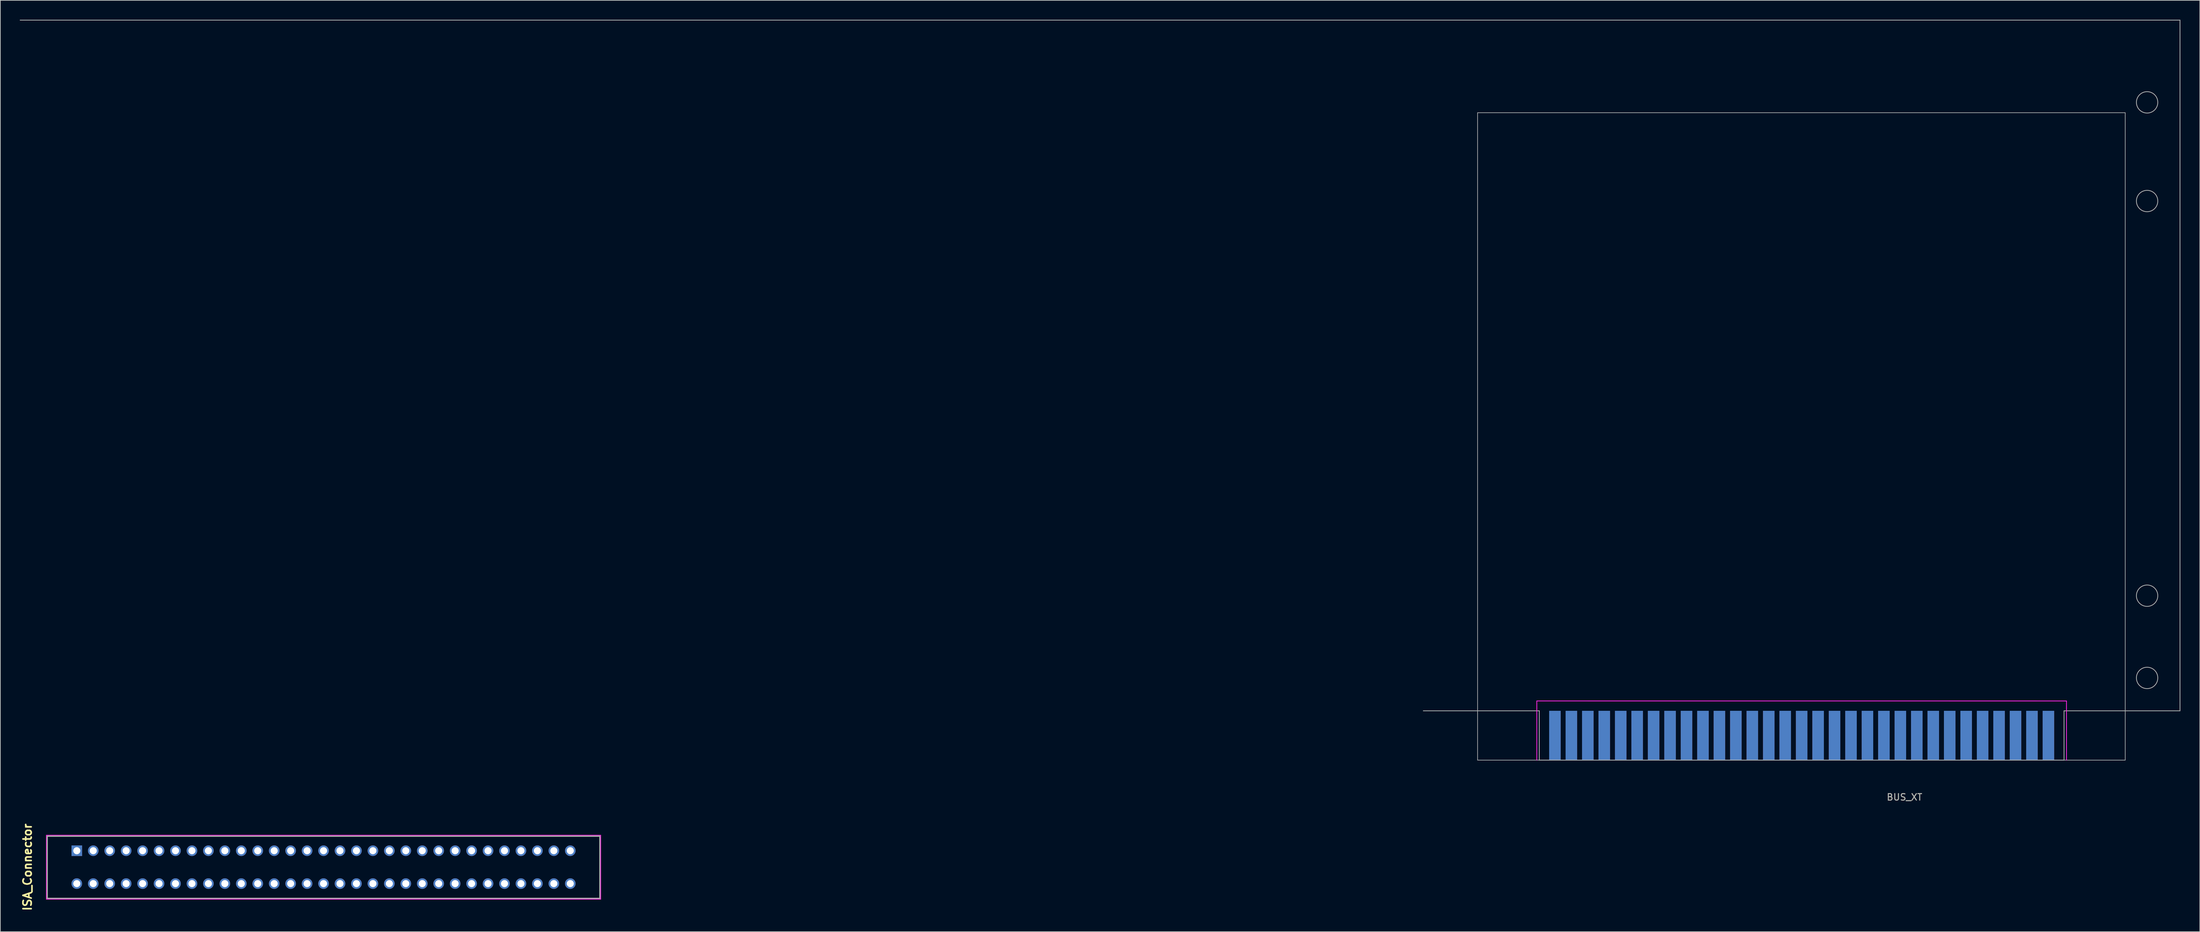
<source format=kicad_pcb>
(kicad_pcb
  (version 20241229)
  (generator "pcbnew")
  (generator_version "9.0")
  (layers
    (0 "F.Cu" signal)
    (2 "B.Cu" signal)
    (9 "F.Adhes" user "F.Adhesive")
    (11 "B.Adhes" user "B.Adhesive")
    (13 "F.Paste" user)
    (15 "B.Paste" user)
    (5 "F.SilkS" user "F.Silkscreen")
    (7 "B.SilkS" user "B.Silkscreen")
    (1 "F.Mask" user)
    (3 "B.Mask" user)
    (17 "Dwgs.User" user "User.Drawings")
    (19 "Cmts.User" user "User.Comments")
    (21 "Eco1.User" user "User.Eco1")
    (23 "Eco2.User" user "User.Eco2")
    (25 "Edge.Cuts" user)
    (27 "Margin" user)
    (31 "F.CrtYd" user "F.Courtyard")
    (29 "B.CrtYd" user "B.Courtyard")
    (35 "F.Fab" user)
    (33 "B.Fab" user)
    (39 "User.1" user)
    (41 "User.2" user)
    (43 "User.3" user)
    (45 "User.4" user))
  (footprint "BUS_XT"
    (layer "F.Cu")
    (at 275.142 106.74)
    (property "Reference" "BUS_XT" (at 15.875 13.335 0) (layer "F.SilkS") (effects (font (size 1 1) (thickness 0.15))))
    (attr exclude_from_pos_files exclude_from_bom)
    (fp_line (start -40.894 -1.524) (end -40.894 7.62) (stroke (width 0.12) (type solid)) (layer "F.CrtYd"))
    (fp_line (start -40.894 -1.524) (end 40.89 -1.52) (stroke (width 0.12) (type solid)) (layer "F.CrtYd"))
    (fp_line (start 40.89 -1.52) (end 40.89 7.62) (stroke (width 0.12) (type solid)) (layer "F.CrtYd"))
    (fp_line (start -50.038 -92.38) (end 49.962 -92.38) (stroke (width 0.1) (type solid)) (layer "F.Fab"))
    (fp_line (start -50.038 7.62) (end -50.038 -92.38) (stroke (width 0.1) (type solid)) (layer "F.Fab"))
    (fp_line (start -40.513 0) (end -58.42 0) (stroke (width 0.12) (type solid)) (layer "F.Fab"))
    (fp_line (start -40.513 7.62) (end -40.513 0) (stroke (width 0.12) (type solid)) (layer "F.Fab"))
    (fp_line (start 40.513 0) (end 58.42 0) (stroke (width 0.12) (type solid)) (layer "F.Fab"))
    (fp_line (start 40.513 7.62) (end -40.513 7.62) (stroke (width 0.12) (type solid)) (layer "F.Fab"))
    (fp_line (start 40.513 7.62) (end 40.513 0) (stroke (width 0.12) (type solid)) (layer "F.Fab"))
    (fp_line (start 49.962 -92.38) (end 49.962 7.62) (stroke (width 0.1) (type solid)) (layer "F.Fab"))
    (fp_line (start 49.962 7.62) (end -50.038 7.62) (stroke (width 0.1) (type solid)) (layer "F.Fab"))
    (fp_line (start 58.42 -106.68) (end -275.082 -106.68) (stroke (width 0.12) (type solid)) (layer "F.Fab"))
    (fp_line (start 58.42 0) (end 58.42 -106.68) (stroke (width 0.12) (type solid)) (layer "F.Fab"))
    (fp_circle (center 53.34 -93.98) (end 53.34 -92.329) (stroke (width 0.12) (type solid)) (fill no) (layer "F.Fab"))
    (fp_circle (center 53.34 -78.74) (end 53.34 -77.089) (stroke (width 0.12) (type solid)) (fill no) (layer "F.Fab"))
    (fp_circle (center 53.34 -17.78) (end 53.34 -16.129) (stroke (width 0.12) (type solid)) (fill no) (layer "F.Fab"))
    (fp_circle (center 53.34 -5.08) (end 53.34 -6.731) (stroke (width 0.12) (type solid)) (fill no) (layer "F.Fab"))
    (fp_text user "${REFERENCE}" (at 15.875 13.335 0) (layer "F.Fab") (effects (font (size 1 1) (thickness 0.15))))
    (pad "1" connect rect (at 38.1 3.81) (size 1.78 7.62) (layers "F.Cu" "F.Mask"))
    (pad "2" connect rect (at 35.56 3.81) (size 1.78 7.62) (layers "F.Cu" "F.Mask"))
    (pad "3" connect rect (at 33.02 3.81) (size 1.78 7.62) (layers "F.Cu" "F.Mask"))
    (pad "4" connect rect (at 30.48 3.81) (size 1.78 7.62) (layers "F.Cu" "F.Mask"))
    (pad "5" connect rect (at 27.94 3.81) (size 1.78 7.62) (layers "F.Cu" "F.Mask"))
    (pad "6" connect rect (at 25.4 3.81) (size 1.78 7.62) (layers "F.Cu" "F.Mask"))
    (pad "7" connect rect (at 22.86 3.81) (size 1.78 7.62) (layers "F.Cu" "F.Mask"))
    (pad "8" connect rect (at 20.32 3.81) (size 1.78 7.62) (layers "F.Cu" "F.Mask"))
    (pad "9" connect rect (at 17.78 3.81) (size 1.78 7.62) (layers "F.Cu" "F.Mask"))
    (pad "10" connect rect (at 15.24 3.81) (size 1.78 7.62) (layers "F.Cu" "F.Mask"))
    (pad "11" connect rect (at 12.7 3.81) (size 1.78 7.62) (layers "F.Cu" "F.Mask"))
    (pad "12" connect rect (at 10.16 3.81) (size 1.78 7.62) (layers "F.Cu" "F.Mask"))
    (pad "13" connect rect (at 7.62 3.81) (size 1.78 7.62) (layers "F.Cu" "F.Mask"))
    (pad "14" connect rect (at 5.08 3.81) (size 1.78 7.62) (layers "F.Cu" "F.Mask"))
    (pad "15" connect rect (at 2.54 3.81) (size 1.78 7.62) (layers "F.Cu" "F.Mask"))
    (pad "16" connect rect (at 0 3.81) (size 1.78 7.62) (layers "F.Cu" "F.Mask"))
    (pad "17" connect rect (at -2.54 3.81) (size 1.78 7.62) (layers "F.Cu" "F.Mask"))
    (pad "18" connect rect (at -5.08 3.81) (size 1.78 7.62) (layers "F.Cu" "F.Mask"))
    (pad "19" connect rect (at -7.62 3.81) (size 1.78 7.62) (layers "F.Cu" "F.Mask"))
    (pad "20" connect rect (at -10.16 3.81) (size 1.78 7.62) (layers "F.Cu" "F.Mask"))
    (pad "21" connect rect (at -12.7 3.81) (size 1.78 7.62) (layers "F.Cu" "F.Mask"))
    (pad "22" connect rect (at -15.24 3.81) (size 1.78 7.62) (layers "F.Cu" "F.Mask"))
    (pad "23" connect rect (at -17.78 3.81) (size 1.78 7.62) (layers "F.Cu" "F.Mask"))
    (pad "24" connect rect (at -20.32 3.81) (size 1.78 7.62) (layers "F.Cu" "F.Mask"))
    (pad "25" connect rect (at -22.86 3.81) (size 1.78 7.62) (layers "F.Cu" "F.Mask"))
    (pad "26" connect rect (at -25.4 3.81) (size 1.78 7.62) (layers "F.Cu" "F.Mask"))
    (pad "27" connect rect (at -27.94 3.81) (size 1.78 7.62) (layers "F.Cu" "F.Mask"))
    (pad "28" connect rect (at -30.48 3.81) (size 1.78 7.62) (layers "F.Cu" "F.Mask"))
    (pad "29" connect rect (at -33.02 3.81) (size 1.78 7.62) (layers "F.Cu" "F.Mask"))
    (pad "30" connect rect (at -35.56 3.81) (size 1.78 7.62) (layers "F.Cu" "F.Mask"))
    (pad "31" connect rect (at -38.1 3.81) (size 1.78 7.62) (layers "F.Cu" "F.Mask"))
    (pad "32" connect rect (at 38.1 3.81) (size 1.78 7.62) (layers "B.Cu" "B.Mask"))
    (pad "33" connect rect (at 35.56 3.81) (size 1.78 7.62) (layers "B.Cu" "B.Mask"))
    (pad "34" connect rect (at 33.02 3.81) (size 1.78 7.62) (layers "B.Cu" "B.Mask"))
    (pad "35" connect rect (at 30.48 3.81) (size 1.78 7.62) (layers "B.Cu" "B.Mask"))
    (pad "36" connect rect (at 27.94 3.81) (size 1.78 7.62) (layers "B.Cu" "B.Mask"))
    (pad "37" connect rect (at 25.4 3.81) (size 1.78 7.62) (layers "B.Cu" "B.Mask"))
    (pad "38" connect rect (at 22.86 3.81) (size 1.78 7.62) (layers "B.Cu" "B.Mask"))
    (pad "39" connect rect (at 20.32 3.81) (size 1.78 7.62) (layers "B.Cu" "B.Mask"))
    (pad "40" connect rect (at 17.78 3.81) (size 1.78 7.62) (layers "B.Cu" "B.Mask"))
    (pad "41" connect rect (at 15.24 3.81) (size 1.78 7.62) (layers "B.Cu" "B.Mask"))
    (pad "42" connect rect (at 12.7 3.81) (size 1.78 7.62) (layers "B.Cu" "B.Mask"))
    (pad "43" connect rect (at 10.16 3.81) (size 1.78 7.62) (layers "B.Cu" "B.Mask"))
    (pad "44" connect rect (at 7.62 3.81) (size 1.78 7.62) (layers "B.Cu" "B.Mask"))
    (pad "45" connect rect (at 5.08 3.81) (size 1.78 7.62) (layers "B.Cu" "B.Mask"))
    (pad "46" connect rect (at 2.54 3.81) (size 1.78 7.62) (layers "B.Cu" "B.Mask"))
    (pad "47" connect rect (at 0 3.81) (size 1.78 7.62) (layers "B.Cu" "B.Mask"))
    (pad "48" connect rect (at -2.54 3.81) (size 1.78 7.62) (layers "B.Cu" "B.Mask"))
    (pad "49" connect rect (at -5.08 3.81) (size 1.78 7.62) (layers "B.Cu" "B.Mask"))
    (pad "50" connect rect (at -7.62 3.81) (size 1.78 7.62) (layers "B.Cu" "B.Mask"))
    (pad "51" connect rect (at -10.16 3.81) (size 1.78 7.62) (layers "B.Cu" "B.Mask"))
    (pad "52" connect rect (at -12.7 3.81) (size 1.78 7.62) (layers "B.Cu" "B.Mask"))
    (pad "53" connect rect (at -15.24 3.81) (size 1.78 7.62) (layers "B.Cu" "B.Mask"))
    (pad "54" connect rect (at -17.78 3.81) (size 1.78 7.62) (layers "B.Cu" "B.Mask"))
    (pad "55" connect rect (at -20.32 3.81) (size 1.78 7.62) (layers "B.Cu" "B.Mask"))
    (pad "56" connect rect (at -22.86 3.81) (size 1.78 7.62) (layers "B.Cu" "B.Mask"))
    (pad "57" connect rect (at -25.4 3.81) (size 1.78 7.62) (layers "B.Cu" "B.Mask"))
    (pad "58" connect rect (at -27.94 3.81) (size 1.78 7.62) (layers "B.Cu" "B.Mask"))
    (pad "59" connect rect (at -30.48 3.81) (size 1.78 7.62) (layers "B.Cu" "B.Mask"))
    (pad "60" connect rect (at -33.02 3.81) (size 1.78 7.62) (layers "B.Cu" "B.Mask"))
    (pad "61" connect rect (at -35.56 3.81) (size 1.78 7.62) (layers "B.Cu" "B.Mask"))
    (pad "62" connect rect (at -38.1 3.81) (size 1.78 7.62) (layers "B.Cu" "B.Mask")))
  (footprint "ISA_Connector"
    (layer "F.Cu")
    (at 8.809 128.35)
    (property "Reference" "ISA_Connector" (at -7.62 2.54 270) (layer "F.SilkS") (effects (font (size 1.27 1.27) (thickness 0.254))))
    (attr through_hole)
    (fp_line (start -4.572 -2.248) (end 80.772 -2.248) (stroke (width 0.1) (type solid)) (layer "F.SilkS"))
    (fp_line (start -4.572 7.366) (end -4.572 -2.248) (stroke (width 0.1) (type solid)) (layer "F.SilkS"))
    (fp_line (start 80.772 -2.248) (end 80.772 7.366) (stroke (width 0.1) (type solid)) (layer "F.SilkS"))
    (fp_line (start 80.772 7.366) (end -4.572 7.366) (stroke (width 0.1) (type solid)) (layer "F.SilkS"))
    (fp_line (start -4.7 -2.4) (end 80.9 -2.4) (stroke (width 0.1) (type solid)) (layer "F.CrtYd"))
    (fp_line (start -4.7 7.5) (end -4.7 -2.4) (stroke (width 0.1) (type solid)) (layer "F.CrtYd"))
    (fp_line (start 80.9 -2.4) (end 80.9 7.5) (stroke (width 0.1) (type solid)) (layer "F.CrtYd"))
    (fp_line (start 80.9 7.5) (end -4.7 7.5) (stroke (width 0.1) (type solid)) (layer "F.CrtYd"))
    (fp_line (start -4.572 -2.248) (end 80.772 -2.248) (stroke (width 0.2) (type solid)) (layer "F.Fab"))
    (fp_line (start -4.572 7.366) (end -4.572 -2.248) (stroke (width 0.2) (type solid)) (layer "F.Fab"))
    (fp_line (start 80.772 -2.248) (end 80.772 7.366) (stroke (width 0.2) (type solid)) (layer "F.Fab"))
    (fp_line (start 80.772 7.366) (end -4.572 7.366) (stroke (width 0.2) (type solid)) (layer "F.Fab"))
    (pad "1" thru_hole rect (at 0 0) (size 1.638 1.638) (drill 1.092) (layers "*.Cu" "*.Mask"))
    (pad "2" thru_hole circle (at 2.54 0) (size 1.638 1.638) (drill 1.092) (layers "*.Cu" "*.Mask"))
    (pad "3" thru_hole circle (at 5.08 0) (size 1.638 1.638) (drill 1.092) (layers "*.Cu" "*.Mask"))
    (pad "4" thru_hole circle (at 7.62 0) (size 1.638 1.638) (drill 1.092) (layers "*.Cu" "*.Mask"))
    (pad "5" thru_hole circle (at 10.16 0) (size 1.638 1.638) (drill 1.092) (layers "*.Cu" "*.Mask"))
    (pad "6" thru_hole circle (at 12.7 0) (size 1.638 1.638) (drill 1.092) (layers "*.Cu" "*.Mask"))
    (pad "7" thru_hole circle (at 15.24 0) (size 1.638 1.638) (drill 1.092) (layers "*.Cu" "*.Mask"))
    (pad "8" thru_hole circle (at 17.78 0) (size 1.638 1.638) (drill 1.092) (layers "*.Cu" "*.Mask"))
    (pad "9" thru_hole circle (at 20.32 0) (size 1.638 1.638) (drill 1.092) (layers "*.Cu" "*.Mask"))
    (pad "10" thru_hole circle (at 22.86 0) (size 1.638 1.638) (drill 1.092) (layers "*.Cu" "*.Mask"))
    (pad "11" thru_hole circle (at 25.4 0) (size 1.638 1.638) (drill 1.092) (layers "*.Cu" "*.Mask"))
    (pad "12" thru_hole circle (at 27.94 0) (size 1.638 1.638) (drill 1.092) (layers "*.Cu" "*.Mask"))
    (pad "13" thru_hole circle (at 30.48 0) (size 1.638 1.638) (drill 1.092) (layers "*.Cu" "*.Mask"))
    (pad "14" thru_hole circle (at 33.02 0) (size 1.638 1.638) (drill 1.092) (layers "*.Cu" "*.Mask"))
    (pad "15" thru_hole circle (at 35.56 0) (size 1.638 1.638) (drill 1.092) (layers "*.Cu" "*.Mask"))
    (pad "16" thru_hole circle (at 38.1 0) (size 1.638 1.638) (drill 1.092) (layers "*.Cu" "*.Mask"))
    (pad "17" thru_hole circle (at 40.64 0) (size 1.638 1.638) (drill 1.092) (layers "*.Cu" "*.Mask"))
    (pad "18" thru_hole circle (at 43.18 0) (size 1.638 1.638) (drill 1.092) (layers "*.Cu" "*.Mask"))
    (pad "19" thru_hole circle (at 45.72 0) (size 1.638 1.638) (drill 1.092) (layers "*.Cu" "*.Mask"))
    (pad "20" thru_hole circle (at 48.26 0) (size 1.638 1.638) (drill 1.092) (layers "*.Cu" "*.Mask"))
    (pad "21" thru_hole circle (at 50.8 0) (size 1.638 1.638) (drill 1.092) (layers "*.Cu" "*.Mask"))
    (pad "22" thru_hole circle (at 53.34 0) (size 1.638 1.638) (drill 1.092) (layers "*.Cu" "*.Mask"))
    (pad "23" thru_hole circle (at 55.88 0) (size 1.638 1.638) (drill 1.092) (layers "*.Cu" "*.Mask"))
    (pad "24" thru_hole circle (at 58.42 0) (size 1.638 1.638) (drill 1.092) (layers "*.Cu" "*.Mask"))
    (pad "25" thru_hole circle (at 60.96 0) (size 1.638 1.638) (drill 1.092) (layers "*.Cu" "*.Mask"))
    (pad "26" thru_hole circle (at 63.5 0) (size 1.638 1.638) (drill 1.092) (layers "*.Cu" "*.Mask"))
    (pad "27" thru_hole circle (at 66.04 0) (size 1.638 1.638) (drill 1.092) (layers "*.Cu" "*.Mask"))
    (pad "28" thru_hole circle (at 68.58 0) (size 1.638 1.638) (drill 1.092) (layers "*.Cu" "*.Mask"))
    (pad "29" thru_hole circle (at 71.12 0) (size 1.638 1.638) (drill 1.092) (layers "*.Cu" "*.Mask"))
    (pad "30" thru_hole circle (at 73.66 0) (size 1.638 1.638) (drill 1.092) (layers "*.Cu" "*.Mask"))
    (pad "31" thru_hole circle (at 76.2 0) (size 1.638 1.638) (drill 1.092) (layers "*.Cu" "*.Mask"))
    (pad "32" thru_hole circle (at 0 5.08) (size 1.638 1.638) (drill 1.092) (layers "*.Cu" "*.Mask"))
    (pad "33" thru_hole circle (at 2.54 5.08) (size 1.638 1.638) (drill 1.092) (layers "*.Cu" "*.Mask"))
    (pad "34" thru_hole circle (at 5.08 5.08) (size 1.638 1.638) (drill 1.092) (layers "*.Cu" "*.Mask"))
    (pad "35" thru_hole circle (at 7.62 5.08) (size 1.638 1.638) (drill 1.092) (layers "*.Cu" "*.Mask"))
    (pad "36" thru_hole circle (at 10.16 5.08) (size 1.638 1.638) (drill 1.092) (layers "*.Cu" "*.Mask"))
    (pad "37" thru_hole circle (at 12.7 5.08) (size 1.638 1.638) (drill 1.092) (layers "*.Cu" "*.Mask"))
    (pad "38" thru_hole circle (at 15.24 5.08) (size 1.638 1.638) (drill 1.092) (layers "*.Cu" "*.Mask"))
    (pad "39" thru_hole circle (at 17.78 5.08) (size 1.638 1.638) (drill 1.092) (layers "*.Cu" "*.Mask"))
    (pad "40" thru_hole circle (at 20.32 5.08) (size 1.638 1.638) (drill 1.092) (layers "*.Cu" "*.Mask"))
    (pad "41" thru_hole circle (at 22.86 5.08) (size 1.638 1.638) (drill 1.092) (layers "*.Cu" "*.Mask"))
    (pad "42" thru_hole circle (at 25.4 5.08) (size 1.638 1.638) (drill 1.092) (layers "*.Cu" "*.Mask"))
    (pad "43" thru_hole circle (at 27.94 5.08) (size 1.638 1.638) (drill 1.092) (layers "*.Cu" "*.Mask"))
    (pad "44" thru_hole circle (at 30.48 5.08) (size 1.638 1.638) (drill 1.092) (layers "*.Cu" "*.Mask"))
    (pad "45" thru_hole circle (at 33.02 5.08) (size 1.638 1.638) (drill 1.092) (layers "*.Cu" "*.Mask"))
    (pad "46" thru_hole circle (at 35.56 5.08) (size 1.638 1.638) (drill 1.092) (layers "*.Cu" "*.Mask"))
    (pad "47" thru_hole circle (at 38.1 5.08) (size 1.638 1.638) (drill 1.092) (layers "*.Cu" "*.Mask"))
    (pad "48" thru_hole circle (at 40.64 5.08) (size 1.638 1.638) (drill 1.092) (layers "*.Cu" "*.Mask"))
    (pad "49" thru_hole circle (at 43.18 5.08) (size 1.638 1.638) (drill 1.092) (layers "*.Cu" "*.Mask"))
    (pad "50" thru_hole circle (at 45.72 5.08) (size 1.638 1.638) (drill 1.092) (layers "*.Cu" "*.Mask"))
    (pad "51" thru_hole circle (at 48.26 5.08) (size 1.638 1.638) (drill 1.092) (layers "*.Cu" "*.Mask"))
    (pad "52" thru_hole circle (at 50.8 5.08) (size 1.638 1.638) (drill 1.092) (layers "*.Cu" "*.Mask"))
    (pad "53" thru_hole circle (at 53.34 5.08) (size 1.638 1.638) (drill 1.092) (layers "*.Cu" "*.Mask"))
    (pad "54" thru_hole circle (at 55.88 5.08) (size 1.638 1.638) (drill 1.092) (layers "*.Cu" "*.Mask"))
    (pad "55" thru_hole circle (at 58.42 5.08) (size 1.638 1.638) (drill 1.092) (layers "*.Cu" "*.Mask"))
    (pad "56" thru_hole circle (at 60.96 5.08) (size 1.638 1.638) (drill 1.092) (layers "*.Cu" "*.Mask"))
    (pad "57" thru_hole circle (at 63.5 5.08) (size 1.638 1.638) (drill 1.092) (layers "*.Cu" "*.Mask"))
    (pad "58" thru_hole circle (at 66.04 5.08) (size 1.638 1.638) (drill 1.092) (layers "*.Cu" "*.Mask"))
    (pad "59" thru_hole circle (at 68.58 5.08) (size 1.638 1.638) (drill 1.092) (layers "*.Cu" "*.Mask"))
    (pad "60" thru_hole circle (at 71.12 5.08) (size 1.638 1.638) (drill 1.092) (layers "*.Cu" "*.Mask"))
    (pad "61" thru_hole circle (at 73.66 5.08) (size 1.638 1.638) (drill 1.092) (layers "*.Cu" "*.Mask"))
    (pad "62" thru_hole circle (at 76.2 5.08) (size 1.638 1.638) (drill 1.092) (layers "*.Cu" "*.Mask")))
  (gr_rect
    (start -3 -3)
    (end 336.622 140.857)
    (stroke (width 0.1) (type default))
    (fill no)
    (layer "Edge.Cuts")))
</source>
